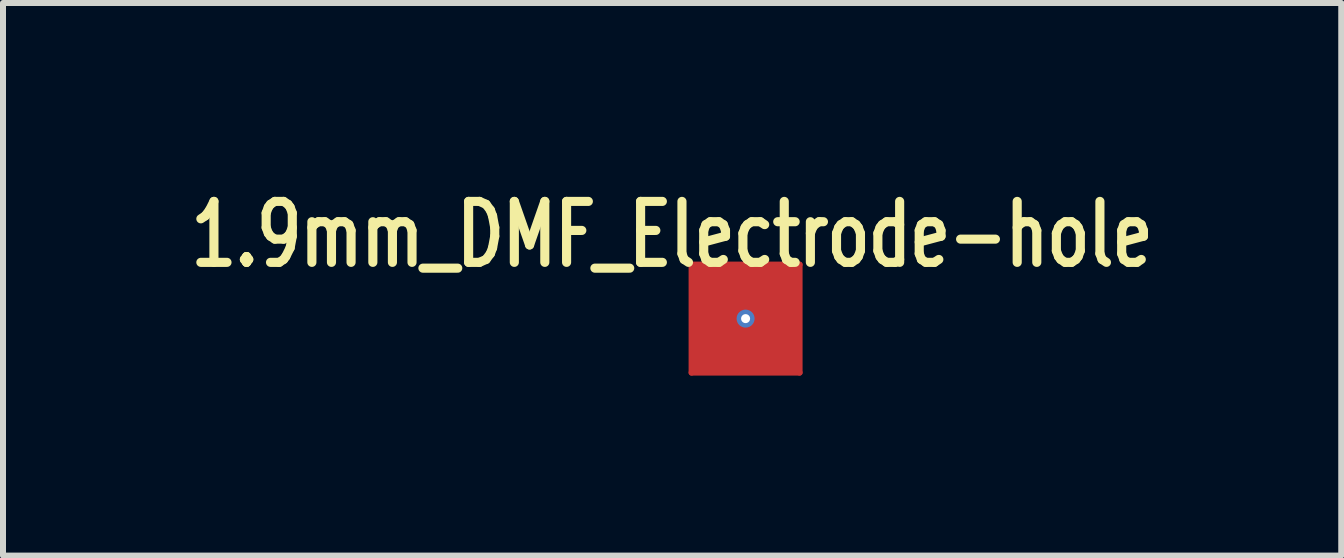
<source format=kicad_pcb>
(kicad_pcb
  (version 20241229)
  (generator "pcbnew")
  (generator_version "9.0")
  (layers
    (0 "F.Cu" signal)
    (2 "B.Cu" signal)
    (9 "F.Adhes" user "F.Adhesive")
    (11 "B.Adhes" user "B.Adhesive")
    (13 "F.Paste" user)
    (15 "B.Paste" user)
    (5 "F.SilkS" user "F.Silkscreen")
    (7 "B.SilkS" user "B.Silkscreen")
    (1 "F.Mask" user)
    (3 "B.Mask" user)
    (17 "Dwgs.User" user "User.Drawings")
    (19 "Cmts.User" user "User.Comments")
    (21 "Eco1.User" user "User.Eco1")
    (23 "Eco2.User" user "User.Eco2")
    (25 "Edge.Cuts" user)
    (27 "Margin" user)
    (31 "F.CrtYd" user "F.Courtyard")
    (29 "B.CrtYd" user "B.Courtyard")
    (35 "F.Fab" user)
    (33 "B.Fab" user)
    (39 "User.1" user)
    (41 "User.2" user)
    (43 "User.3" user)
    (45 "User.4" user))
  (footprint "1.9mm_DMF_Electrode-hole"
    (layer "F.Cu")
    (at 9.378 2.261)
    (property "Reference" "1.9mm_DMF_Electrode-hole" (at -1.224 -1.4 0) (layer "F.SilkS") (effects (font (size 1.016 0.762) (thickness 0.152))))
    (attr smd)
    (fp_line (start -0.9 -0.9) (end -0.9 0.9) (stroke (width 0.1) (type solid)) (layer "F.Cu"))
    (fp_line (start -0.9 0.9) (end 0.9 0.9) (stroke (width 0.1) (type solid)) (layer "F.Cu"))
    (fp_line (start -0.8 -0.8) (end 0.8 -0.8) (stroke (width 0.2) (type solid)) (layer "F.Cu"))
    (fp_line (start -0.8 0.8) (end -0.8 -0.8) (stroke (width 0.2) (type solid)) (layer "F.Cu"))
    (fp_line (start -0.575 -0.575) (end 0.575 -0.575) (stroke (width 0.4) (type solid)) (layer "F.Cu"))
    (fp_line (start -0.575 0.575) (end -0.575 -0.575) (stroke (width 0.4) (type solid)) (layer "F.Cu"))
    (fp_line (start -0.325 -0.325) (end 0.325 -0.325) (stroke (width 0.2) (type solid)) (layer "F.Cu"))
    (fp_line (start -0.325 0.325) (end -0.325 -0.325) (stroke (width 0.2) (type solid)) (layer "F.Cu"))
    (fp_line (start -0.2 -0.2) (end 0.2 -0.2) (stroke (width 0.2) (type solid)) (layer "F.Cu"))
    (fp_line (start -0.2 0.2) (end -0.2 -0.2) (stroke (width 0.2) (type solid)) (layer "F.Cu"))
    (fp_line (start 0.2 -0.2) (end 0.2 0.2) (stroke (width 0.2) (type solid)) (layer "F.Cu"))
    (fp_line (start 0.2 0.2) (end -0.2 0.2) (stroke (width 0.2) (type solid)) (layer "F.Cu"))
    (fp_line (start 0.325 -0.325) (end 0.325 0.325) (stroke (width 0.2) (type solid)) (layer "F.Cu"))
    (fp_line (start 0.325 0.325) (end -0.325 0.325) (stroke (width 0.2) (type solid)) (layer "F.Cu"))
    (fp_line (start 0.575 -0.575) (end 0.575 0.575) (stroke (width 0.4) (type solid)) (layer "F.Cu"))
    (fp_line (start 0.575 0.575) (end -0.575 0.575) (stroke (width 0.4) (type solid)) (layer "F.Cu"))
    (fp_line (start 0.8 -0.8) (end 0.8 0.8) (stroke (width 0.2) (type solid)) (layer "F.Cu"))
    (fp_line (start 0.8 0.8) (end -0.8 0.8) (stroke (width 0.2) (type solid)) (layer "F.Cu"))
    (fp_line (start 0.9 -0.9) (end -0.9 -0.9) (stroke (width 0.1) (type solid)) (layer "F.Cu"))
    (fp_line (start 0.9 0.9) (end 0.9 -0.9) (stroke (width 0.1) (type solid)) (layer "F.Cu"))
    (pad "1" thru_hole circle (at 0 0) (size 0.3 0.3) (drill 0.15) (layers "*.Cu" "*.Mask")))
  (gr_rect
    (start -3 -3)
    (end 19.307 6.211)
    (stroke (width 0.1) (type default))
    (fill no)
    (layer "Edge.Cuts")))
</source>
